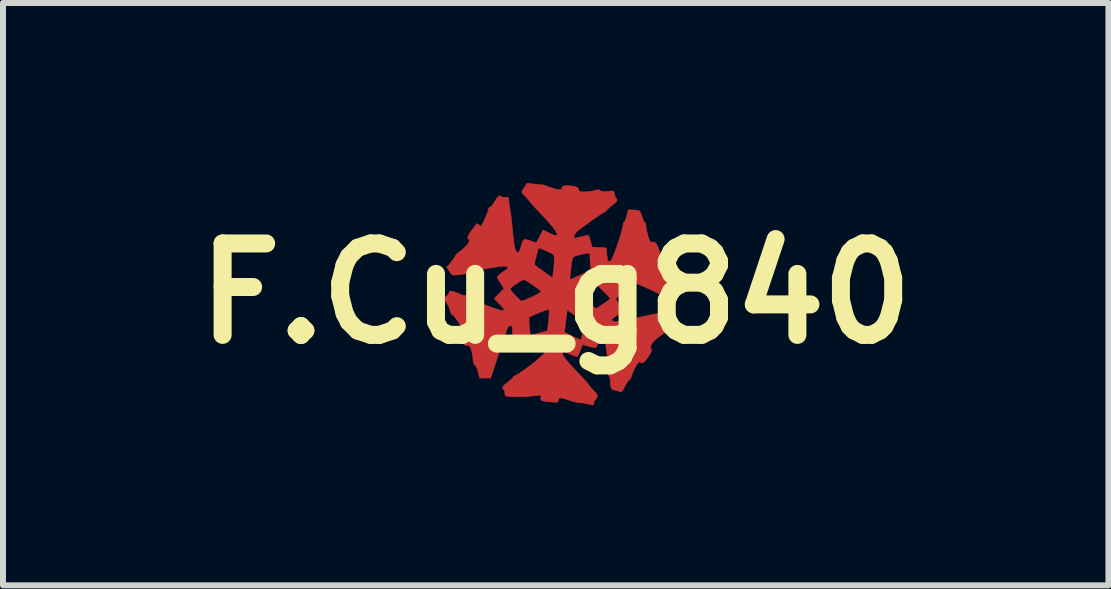
<source format=kicad_pcb>
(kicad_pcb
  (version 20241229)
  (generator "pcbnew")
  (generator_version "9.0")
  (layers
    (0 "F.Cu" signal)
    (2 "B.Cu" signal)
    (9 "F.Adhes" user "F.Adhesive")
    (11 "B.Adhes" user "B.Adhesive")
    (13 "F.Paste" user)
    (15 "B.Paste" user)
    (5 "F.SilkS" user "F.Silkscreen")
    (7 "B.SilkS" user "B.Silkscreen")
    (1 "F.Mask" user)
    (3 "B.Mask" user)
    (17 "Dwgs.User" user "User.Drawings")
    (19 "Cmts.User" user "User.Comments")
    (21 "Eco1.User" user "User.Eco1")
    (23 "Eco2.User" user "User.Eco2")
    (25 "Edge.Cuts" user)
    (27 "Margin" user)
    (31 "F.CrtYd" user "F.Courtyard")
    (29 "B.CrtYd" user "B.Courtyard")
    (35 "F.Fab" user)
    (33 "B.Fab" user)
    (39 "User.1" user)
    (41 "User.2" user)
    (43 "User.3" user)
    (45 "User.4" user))
  (footprint "F.Cu_g840"
    (layer "F.Cu")
    (at 6.212 1.842)
    (property "Reference" "F.Cu_g840" (at 0 0 0) (layer "F.SilkS") (effects (font (size 1.524 1.524) (thickness 0.3))))
    (attr through_hole)
    (fp_poly (pts (xy -0.398 -1.829) (xy -0.397 -1.829) (xy -0.327 -1.819) (xy -0.266 -1.814) (xy -0.254 -1.814) (xy -0.195 -1.807) (xy -0.16 -1.794) (xy -0.115 -1.776) (xy -0.049 -1.754) (xy -0.015 -1.744) (xy 0.047 -1.73) (xy 0.08 -1.728) (xy 0.094 -1.741) (xy 0.1 -1.758) (xy 0.119 -1.786) (xy 0.16 -1.798) (xy 0.231 -1.796) (xy 0.302 -1.786) (xy 0.358 -1.77) (xy 0.38 -1.744) (xy 0.381 -1.733) (xy 0.388 -1.709) (xy 0.415 -1.697) (xy 0.472 -1.693) (xy 0.484 -1.693) (xy 0.562 -1.699) (xy 0.635 -1.711) (xy 0.655 -1.717) (xy 0.707 -1.731) (xy 0.734 -1.723) (xy 0.741 -1.714) (xy 0.767 -1.699) (xy 0.823 -1.697) (xy 0.866 -1.702) (xy 0.929 -1.709) (xy 0.961 -1.706) (xy 0.972 -1.69) (xy 0.974 -1.669) (xy 0.988 -1.616) (xy 1.006 -1.586) (xy 1.022 -1.563) (xy 1.018 -1.541) (xy 0.987 -1.511) (xy 0.948 -1.479) (xy 0.894 -1.435) (xy 0.853 -1.397) (xy 0.84 -1.382) (xy 0.813 -1.357) (xy 0.802 -1.355) (xy 0.781 -1.343) (xy 0.733 -1.311) (xy 0.667 -1.265) (xy 0.591 -1.211) (xy 0.512 -1.154) (xy 0.439 -1.1) (xy 0.379 -1.054) (xy 0.34 -1.022) (xy 0.336 -1.018) (xy 0.319 -0.989) (xy 0.308 -0.96) (xy 0.302 -0.934) (xy 0.31 -0.924) (xy 0.339 -0.926) (xy 0.4 -0.941) (xy 0.414 -0.945) (xy 0.481 -0.96) (xy 0.53 -0.966) (xy 0.547 -0.963) (xy 0.56 -0.936) (xy 0.577 -0.883) (xy 0.583 -0.861) (xy 0.605 -0.773) (xy 0.723 -0.766) (xy 0.841 -0.76) (xy 0.852 -0.655) (xy 0.86 -0.583) (xy 0.871 -0.545) (xy 0.889 -0.534) (xy 0.913 -0.54) (xy 0.93 -0.563) (xy 0.955 -0.618) (xy 0.987 -0.696) (xy 1.02 -0.788) (xy 1.054 -0.885) (xy 1.083 -0.978) (xy 1.106 -1.059) (xy 1.12 -1.118) (xy 1.122 -1.139) (xy 1.128 -1.175) (xy 1.139 -1.185) (xy 1.153 -1.204) (xy 1.172 -1.252) (xy 1.183 -1.29) (xy 1.21 -1.396) (xy 1.308 -1.391) (xy 1.367 -1.386) (xy 1.399 -1.373) (xy 1.419 -1.338) (xy 1.435 -1.286) (xy 1.455 -1.228) (xy 1.474 -1.192) (xy 1.483 -1.185) (xy 1.498 -1.167) (xy 1.503 -1.13) (xy 1.509 -1.079) (xy 1.524 -1.007) (xy 1.536 -0.961) (xy 1.557 -0.896) (xy 1.576 -0.863) (xy 1.598 -0.855) (xy 1.615 -0.858) (xy 1.644 -0.858) (xy 1.668 -0.839) (xy 1.695 -0.79) (xy 1.709 -0.757) (xy 1.741 -0.679) (xy 1.754 -0.63) (xy 1.75 -0.602) (xy 1.728 -0.586) (xy 1.725 -0.585) (xy 1.711 -0.572) (xy 1.716 -0.544) (xy 1.744 -0.494) (xy 1.756 -0.474) (xy 1.8 -0.412) (xy 1.843 -0.362) (xy 1.863 -0.345) (xy 1.893 -0.313) (xy 1.898 -0.289) (xy 1.903 -0.258) (xy 1.924 -0.205) (xy 1.943 -0.167) (xy 1.997 -0.07) (xy 1.953 -0.027) (xy 1.919 0.013) (xy 1.902 0.041) (xy 1.88 0.046) (xy 1.83 0.037) (xy 1.761 0.015) (xy 1.685 -0.015) (xy 1.623 -0.046) (xy 1.589 -0.061) (xy 1.526 -0.09) (xy 1.44 -0.128) (xy 1.342 -0.171) (xy 1.324 -0.178) (xy 1.209 -0.227) (xy 1.126 -0.257) (xy 1.07 -0.272) (xy 1.036 -0.273) (xy 1.027 -0.27) (xy 1.01 -0.255) (xy 1.013 -0.234) (xy 1.041 -0.199) (xy 1.077 -0.161) (xy 1.164 -0.072) (xy 1.081 0.009) (xy 0.997 0.091) (xy 1.059 0.182) (xy 1.095 0.235) (xy 1.117 0.273) (xy 1.122 0.284) (xy 1.106 0.301) (xy 1.064 0.333) (xy 1.017 0.366) (xy 0.96 0.405) (xy 0.935 0.43) (xy 0.935 0.447) (xy 0.953 0.461) (xy 0.978 0.47) (xy 1.016 0.471) (xy 1.074 0.464) (xy 1.16 0.448) (xy 1.279 0.423) (xy 1.285 0.421) (xy 1.401 0.395) (xy 1.511 0.372) (xy 1.604 0.352) (xy 1.67 0.339) (xy 1.678 0.338) (xy 1.748 0.324) (xy 1.805 0.311) (xy 1.821 0.307) (xy 1.861 0.308) (xy 1.877 0.332) (xy 1.902 0.38) (xy 1.921 0.406) (xy 1.936 0.43) (xy 1.932 0.457) (xy 1.906 0.497) (xy 1.876 0.535) (xy 1.837 0.588) (xy 1.814 0.627) (xy 1.812 0.641) (xy 1.803 0.658) (xy 1.767 0.688) (xy 1.74 0.706) (xy 1.666 0.762) (xy 1.612 0.82) (xy 1.583 0.874) (xy 1.584 0.915) (xy 1.587 0.92) (xy 1.597 0.946) (xy 1.586 0.983) (xy 1.55 1.041) (xy 1.547 1.046) (xy 1.497 1.113) (xy 1.463 1.149) (xy 1.436 1.158) (xy 1.41 1.145) (xy 1.389 1.14) (xy 1.364 1.164) (xy 1.329 1.222) (xy 1.329 1.223) (xy 1.295 1.292) (xy 1.269 1.356) (xy 1.262 1.381) (xy 1.245 1.423) (xy 1.228 1.439) (xy 1.208 1.457) (xy 1.178 1.502) (xy 1.153 1.546) (xy 1.121 1.606) (xy 1.097 1.634) (xy 1.074 1.637) (xy 1.059 1.63) (xy 1.006 1.612) (xy 0.977 1.609) (xy 0.94 1.597) (xy 0.919 1.556) (xy 0.91 1.482) (xy 0.91 1.459) (xy 0.905 1.406) (xy 0.892 1.378) (xy 0.888 1.376) (xy 0.875 1.359) (xy 0.878 1.336) (xy 0.88 1.298) (xy 0.877 1.23) (xy 0.87 1.14) (xy 0.859 1.039) (xy 0.846 0.936) (xy 0.832 0.842) (xy 0.818 0.765) (xy 0.805 0.715) (xy 0.8 0.704) (xy 0.773 0.681) (xy 0.752 0.689) (xy 0.732 0.733) (xy 0.719 0.778) (xy 0.701 0.84) (xy 0.683 0.885) (xy 0.677 0.896) (xy 0.65 0.9) (xy 0.596 0.892) (xy 0.554 0.882) (xy 0.447 0.85) (xy 0.411 0.944) (xy 0.386 1.002) (xy 0.365 1.041) (xy 0.357 1.049) (xy 0.331 1.046) (xy 0.279 1.027) (xy 0.233 1.006) (xy 0.171 0.976) (xy 0.136 0.966) (xy 0.119 0.974) (xy 0.114 0.984) (xy 0.113 1.009) (xy 0.129 1.046) (xy 0.166 1.097) (xy 0.226 1.167) (xy 0.311 1.26) (xy 0.382 1.333) (xy 0.45 1.405) (xy 0.505 1.465) (xy 0.542 1.507) (xy 0.554 1.526) (xy 0.567 1.547) (xy 0.602 1.586) (xy 0.625 1.61) (xy 0.677 1.666) (xy 0.696 1.707) (xy 0.684 1.74) (xy 0.667 1.757) (xy 0.64 1.799) (xy 0.635 1.823) (xy 0.632 1.85) (xy 0.617 1.859) (xy 0.579 1.851) (xy 0.54 1.84) (xy 0.47 1.826) (xy 0.413 1.822) (xy 0.357 1.815) (xy 0.283 1.797) (xy 0.233 1.78) (xy 0.142 1.75) (xy 0.084 1.738) (xy 0.053 1.746) (xy 0.042 1.772) (xy 0.042 1.776) (xy 0.038 1.799) (xy 0.019 1.81) (xy -0.025 1.811) (xy -0.079 1.806) (xy -0.167 1.798) (xy -0.22 1.788) (xy -0.245 1.774) (xy -0.251 1.752) (xy -0.247 1.733) (xy -0.243 1.708) (xy -0.253 1.696) (xy -0.286 1.695) (xy -0.35 1.702) (xy -0.366 1.704) (xy -0.453 1.714) (xy -0.518 1.719) (xy -0.58 1.721) (xy -0.656 1.72) (xy -0.714 1.719) (xy -0.787 1.715) (xy -0.826 1.708) (xy -0.843 1.693) (xy -0.847 1.666) (xy -0.847 1.663) (xy -0.854 1.618) (xy -0.868 1.598) (xy -0.886 1.577) (xy -0.878 1.55) (xy -0.839 1.51) (xy -0.791 1.472) (xy -0.742 1.432) (xy -0.714 1.405) (xy -0.711 1.396) (xy -0.709 1.388) (xy -0.676 1.37) (xy -0.675 1.37) (xy -0.62 1.339) (xy -0.549 1.291) (xy -0.468 1.232) (xy -0.384 1.168) (xy -0.305 1.104) (xy -0.239 1.045) (xy -0.191 0.999) (xy -0.17 0.969) (xy -0.169 0.967) (xy -0.178 0.938) (xy -0.211 0.938) (xy -0.217 0.939) (xy -0.271 0.952) (xy -0.337 0.965) (xy -0.342 0.966) (xy -0.393 0.971) (xy -0.419 0.96) (xy -0.436 0.921) (xy -0.443 0.897) (xy -0.457 0.837) (xy -0.465 0.792) (xy -0.466 0.786) (xy -0.475 0.769) (xy -0.508 0.764) (xy -0.573 0.769) (xy -0.58 0.77) (xy -0.65 0.775) (xy -0.691 0.765) (xy -0.712 0.733) (xy -0.719 0.671) (xy -0.72 0.62) (xy -0.722 0.562) (xy -0.732 0.537) (xy -0.753 0.537) (xy -0.753 0.537) (xy -0.786 0.549) (xy -0.794 0.55) (xy -0.802 0.569) (xy -0.822 0.623) (xy -0.851 0.705) (xy -0.887 0.81) (xy -0.927 0.932) (xy -0.943 0.979) (xy -1.085 1.408) (xy -1.268 1.408) (xy -1.293 1.305) (xy -1.313 1.244) (xy -1.335 1.202) (xy -1.347 1.192) (xy -1.367 1.164) (xy -1.377 1.109) (xy -1.377 1.104) (xy -1.385 1.03) (xy -1.402 0.952) (xy -1.405 0.942) (xy -1.426 0.887) (xy -1.45 0.865) (xy -1.477 0.864) (xy -1.506 0.861) (xy -1.531 0.838) (xy -1.56 0.786) (xy -1.578 0.748) (xy -1.606 0.68) (xy -1.618 0.64) (xy -1.614 0.616) (xy -1.597 0.6) (xy -1.579 0.582) (xy -1.579 0.557) (xy -1.598 0.516) (xy -1.619 0.479) (xy -0.444 0.479) (xy -0.442 0.534) (xy -0.436 0.597) (xy -0.428 0.654) (xy -0.42 0.691) (xy -0.415 0.698) (xy -0.395 0.692) (xy -0.345 0.678) (xy -0.276 0.659) (xy -0.275 0.659) (xy -0.231 0.646) (xy 0.146 0.646) (xy 0.28 0.712) (xy 0.346 0.744) (xy 0.396 0.766) (xy 0.418 0.773) (xy 0.419 0.773) (xy 0.427 0.752) (xy 0.442 0.701) (xy 0.463 0.63) (xy 0.463 0.629) (xy 0.501 0.49) (xy 0.347 0.382) (xy 0.193 0.274) (xy 0.182 0.344) (xy 0.173 0.405) (xy 0.164 0.486) (xy 0.159 0.529) (xy 0.146 0.646) (xy -0.231 0.646) (xy -0.138 0.62) (xy -0.119 0.446) (xy -0.112 0.365) (xy -0.109 0.302) (xy -0.11 0.266) (xy -0.111 0.263) (xy -0.134 0.266) (xy -0.185 0.283) (xy -0.256 0.311) (xy -0.283 0.322) (xy -0.444 0.392) (xy -0.444 0.479) (xy -1.619 0.479) (xy -1.62 0.477) (xy -1.66 0.418) (xy -1.699 0.372) (xy -1.717 0.359) (xy -1.75 0.323) (xy -1.757 0.295) (xy -1.768 0.253) (xy -1.795 0.194) (xy -1.813 0.165) (xy -1.869 0.076) (xy -1.823 0.046) (xy -1.789 0.013) (xy -1.778 -0.013) (xy -1.767 -0.037) (xy -1.73 -0.039) (xy -1.664 -0.018) (xy -1.621 -0.001) (xy -1.566 0.021) (xy -1.531 0.031) (xy -1.524 0.031) (xy -1.509 0.033) (xy -1.476 0.051) (xy -1.42 0.083) (xy -1.341 0.12) (xy -1.248 0.161) (xy -1.15 0.201) (xy -1.056 0.236) (xy -0.974 0.264) (xy -0.913 0.281) (xy -0.884 0.284) (xy -0.864 0.274) (xy -0.864 0.257) (xy -0.889 0.224) (xy -0.933 0.178) (xy -1.025 0.085) (xy -0.943 0.001) (xy -0.865 -0.079) (xy -0.762 -0.079) (xy -0.748 -0.054) (xy -0.713 -0.011) (xy -0.668 0.039) (xy -0.621 0.086) (xy -0.584 0.118) (xy -0.567 0.127) (xy -0.54 0.119) (xy -0.485 0.096) (xy -0.412 0.064) (xy -0.386 0.053) (xy -0.348 0.033) (xy 0.357 0.033) (xy 0.512 0.144) (xy 0.581 0.192) (xy 0.637 0.228) (xy 0.671 0.247) (xy 0.677 0.249) (xy 0.699 0.235) (xy 0.746 0.205) (xy 0.799 0.169) (xy 0.856 0.129) (xy 0.896 0.098) (xy 0.91 0.084) (xy 0.896 0.064) (xy 0.86 0.024) (xy 0.808 -0.028) (xy 0.808 -0.028) (xy 0.707 -0.128) (xy 0.532 -0.047) (xy 0.357 0.033) (xy -0.348 0.033) (xy -0.313 0.016) (xy -0.263 -0.015) (xy -0.244 -0.036) (xy -0.245 -0.04) (xy -0.287 -0.074) (xy -0.346 -0.117) (xy -0.41 -0.162) (xy -0.469 -0.201) (xy -0.513 -0.226) (xy -0.529 -0.233) (xy -0.558 -0.222) (xy -0.607 -0.194) (xy -0.664 -0.158) (xy -0.716 -0.121) (xy -0.752 -0.092) (xy -0.762 -0.079) (xy -0.865 -0.079) (xy -0.861 -0.083) (xy -0.917 -0.168) (xy -0.951 -0.222) (xy -0.971 -0.263) (xy -0.974 -0.274) (xy -0.958 -0.296) (xy -0.916 -0.332) (xy -0.874 -0.363) (xy -0.82 -0.401) (xy -0.796 -0.424) (xy -0.799 -0.439) (xy -0.822 -0.452) (xy -0.862 -0.456) (xy -0.933 -0.451) (xy -1.026 -0.438) (xy -1.131 -0.42) (xy -1.239 -0.397) (xy -1.34 -0.371) (xy -1.397 -0.354) (xy -1.459 -0.337) (xy -1.51 -0.327) (xy -1.513 -0.327) (xy -1.562 -0.322) (xy -1.627 -0.313) (xy -1.64 -0.311) (xy -1.697 -0.305) (xy -1.731 -0.317) (xy -1.762 -0.355) (xy -1.77 -0.368) (xy -1.815 -0.439) (xy -1.761 -0.501) (xy -0.353 -0.501) (xy -0.348 -0.477) (xy -0.331 -0.46) (xy -0.324 -0.455) (xy -0.288 -0.428) (xy -0.23 -0.387) (xy -0.169 -0.343) (xy -0.053 -0.258) (xy -0.052 -0.267) (xy 0.238 -0.267) (xy 0.243 -0.238) (xy 0.248 -0.236) (xy 0.275 -0.247) (xy 0.33 -0.272) (xy 0.404 -0.304) (xy 0.432 -0.317) (xy 0.511 -0.353) (xy 0.559 -0.379) (xy 0.582 -0.401) (xy 0.588 -0.424) (xy 0.584 -0.452) (xy 0.576 -0.515) (xy 0.572 -0.589) (xy 0.572 -0.598) (xy 0.57 -0.652) (xy 0.558 -0.674) (xy 0.526 -0.673) (xy 0.504 -0.669) (xy 0.435 -0.654) (xy 0.361 -0.635) (xy 0.357 -0.634) (xy 0.325 -0.626) (xy 0.303 -0.617) (xy 0.287 -0.601) (xy 0.276 -0.57) (xy 0.266 -0.519) (xy 0.255 -0.439) (xy 0.241 -0.324) (xy 0.241 -0.32) (xy 0.238 -0.267) (xy -0.052 -0.267) (xy -0.039 -0.367) (xy -0.03 -0.452) (xy -0.024 -0.536) (xy -0.023 -0.563) (xy -0.024 -0.61) (xy -0.033 -0.641) (xy -0.061 -0.665) (xy -0.115 -0.692) (xy -0.15 -0.708) (xy -0.215 -0.736) (xy -0.264 -0.754) (xy -0.284 -0.759) (xy -0.292 -0.736) (xy -0.308 -0.684) (xy -0.326 -0.617) (xy -0.345 -0.544) (xy -0.353 -0.501) (xy -1.761 -0.501) (xy -1.744 -0.521) (xy -1.704 -0.573) (xy -1.678 -0.614) (xy -1.673 -0.628) (xy -1.656 -0.654) (xy -1.615 -0.688) (xy -1.603 -0.696) (xy -1.545 -0.742) (xy -1.487 -0.8) (xy -1.476 -0.813) (xy -1.442 -0.86) (xy -1.433 -0.886) (xy -1.446 -0.902) (xy -1.453 -0.907) (xy -1.466 -0.922) (xy -1.463 -0.948) (xy -1.442 -0.99) (xy -1.4 -1.053) (xy -1.333 -1.143) (xy -1.319 -1.163) (xy -1.3 -1.158) (xy -1.287 -1.147) (xy -1.257 -1.125) (xy -1.247 -1.122) (xy -1.232 -1.14) (xy -1.207 -1.185) (xy -1.178 -1.247) (xy -1.15 -1.312) (xy -1.13 -1.368) (xy -1.122 -1.405) (xy -1.122 -1.405) (xy -1.108 -1.435) (xy -1.095 -1.439) (xy -1.07 -1.456) (xy -1.037 -1.5) (xy -1.016 -1.535) (xy -0.972 -1.602) (xy -0.934 -1.629) (xy -0.905 -1.616) (xy -0.901 -1.612) (xy -0.874 -1.601) (xy -0.837 -1.603) (xy -0.797 -1.605) (xy -0.784 -1.58) (xy -0.783 -1.56) (xy -0.779 -1.506) (xy -0.769 -1.435) (xy -0.763 -1.404) (xy -0.753 -1.343) (xy -0.741 -1.253) (xy -0.729 -1.144) (xy -0.718 -1.028) (xy -0.717 -1.021) (xy -0.702 -0.88) (xy -0.686 -0.778) (xy -0.667 -0.714) (xy -0.646 -0.683) (xy -0.621 -0.684) (xy -0.619 -0.685) (xy -0.602 -0.712) (xy -0.582 -0.766) (xy -0.572 -0.804) (xy -0.555 -0.862) (xy -0.535 -0.893) (xy -0.501 -0.9) (xy -0.443 -0.886) (xy -0.385 -0.865) (xy -0.344 -0.851) (xy -0.327 -0.847) (xy -0.314 -0.864) (xy -0.288 -0.908) (xy -0.265 -0.953) (xy -0.211 -1.059) (xy -0.103 -1.004) (xy -0.028 -0.972) (xy 0.015 -0.966) (xy 0.026 -0.987) (xy 0.005 -1.034) (xy -0.047 -1.107) (xy -0.13 -1.204) (xy -0.211 -1.291) (xy -0.286 -1.371) (xy -0.35 -1.439) (xy -0.396 -1.49) (xy -0.421 -1.519) (xy -0.423 -1.523) (xy -0.437 -1.542) (xy -0.472 -1.581) (xy -0.501 -1.613) (xy -0.546 -1.66) (xy -0.563 -1.691) (xy -0.559 -1.714) (xy -0.547 -1.73) (xy -0.514 -1.778) (xy -0.501 -1.806) (xy -0.486 -1.83) (xy -0.456 -1.837) (xy -0.398 -1.829)) (stroke (width 0.01) (type solid)) (fill yes) (layer "F.Cu")))
  (gr_rect
    (start -3 -3)
    (end 15.424 6.705)
    (stroke (width 0.1) (type default))
    (fill no)
    (layer "Edge.Cuts")))
</source>
